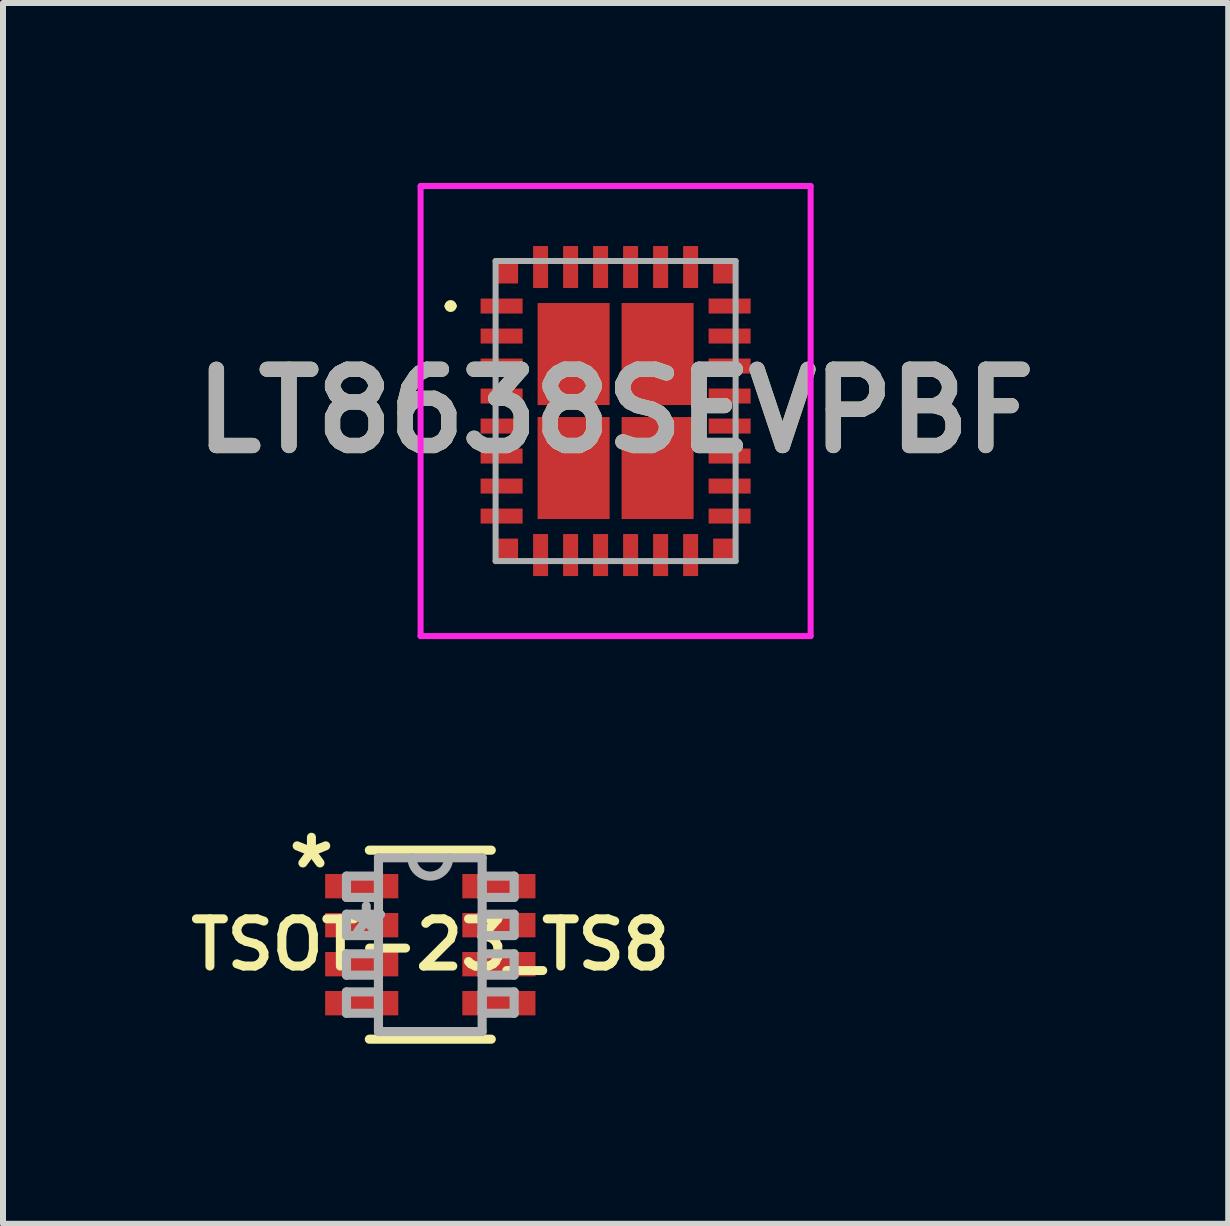
<source format=kicad_pcb>
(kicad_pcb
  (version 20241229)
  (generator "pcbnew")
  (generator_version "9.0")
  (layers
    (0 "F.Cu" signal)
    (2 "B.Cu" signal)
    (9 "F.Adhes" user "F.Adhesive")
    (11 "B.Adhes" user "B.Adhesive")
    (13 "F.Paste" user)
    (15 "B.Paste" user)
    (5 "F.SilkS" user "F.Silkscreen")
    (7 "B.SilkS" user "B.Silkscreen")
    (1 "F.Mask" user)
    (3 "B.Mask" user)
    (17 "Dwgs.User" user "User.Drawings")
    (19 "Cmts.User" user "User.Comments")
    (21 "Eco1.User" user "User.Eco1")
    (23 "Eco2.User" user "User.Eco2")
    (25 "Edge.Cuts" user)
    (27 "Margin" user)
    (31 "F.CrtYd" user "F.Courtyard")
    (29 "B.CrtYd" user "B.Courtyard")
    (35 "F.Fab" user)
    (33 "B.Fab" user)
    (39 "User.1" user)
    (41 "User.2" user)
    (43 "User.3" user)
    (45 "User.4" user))
  (footprint "TSOT-23_TS8"
    (layer "F.Cu")
    (at 4.121 12.693)
    (property "Reference" "TSOT-23_TS8" (at 0 0 0) (layer "F.SilkS") (effects (font (size 0.787 0.787) (thickness 0.15))))
    (attr smd)
    (fp_line (start -1.016 1.575) (end 1.016 1.575) (stroke (width 0.152) (type solid)) (layer "F.SilkS"))
    (fp_line (start 1.016 -1.575) (end -1.016 -1.575) (stroke (width 0.152) (type solid)) (layer "F.SilkS"))
    (fp_line (start -1.397 -1.143) (end -1.397 -0.787) (stroke (width 0.152) (type solid)) (layer "F.Fab"))
    (fp_line (start -1.397 -0.787) (end -0.864 -0.787) (stroke (width 0.152) (type solid)) (layer "F.Fab"))
    (fp_line (start -1.397 -0.508) (end -1.397 -0.152) (stroke (width 0.152) (type solid)) (layer "F.Fab"))
    (fp_line (start -1.397 -0.152) (end -0.864 -0.152) (stroke (width 0.152) (type solid)) (layer "F.Fab"))
    (fp_line (start -1.397 0.152) (end -1.397 0.508) (stroke (width 0.152) (type solid)) (layer "F.Fab"))
    (fp_line (start -1.397 0.508) (end -0.864 0.508) (stroke (width 0.152) (type solid)) (layer "F.Fab"))
    (fp_line (start -1.397 0.787) (end -1.397 1.143) (stroke (width 0.152) (type solid)) (layer "F.Fab"))
    (fp_line (start -1.397 1.143) (end -0.864 1.143) (stroke (width 0.152) (type solid)) (layer "F.Fab"))
    (fp_line (start -0.864 -1.448) (end -0.864 1.448) (stroke (width 0.152) (type solid)) (layer "F.Fab"))
    (fp_line (start -0.864 -1.143) (end -1.397 -1.143) (stroke (width 0.152) (type solid)) (layer "F.Fab"))
    (fp_line (start -0.864 -0.787) (end -0.864 -1.143) (stroke (width 0.152) (type solid)) (layer "F.Fab"))
    (fp_line (start -0.864 -0.508) (end -1.397 -0.508) (stroke (width 0.152) (type solid)) (layer "F.Fab"))
    (fp_line (start -0.864 -0.152) (end -0.864 -0.508) (stroke (width 0.152) (type solid)) (layer "F.Fab"))
    (fp_line (start -0.864 0.152) (end -1.397 0.152) (stroke (width 0.152) (type solid)) (layer "F.Fab"))
    (fp_line (start -0.864 0.508) (end -0.864 0.152) (stroke (width 0.152) (type solid)) (layer "F.Fab"))
    (fp_line (start -0.864 0.787) (end -1.397 0.787) (stroke (width 0.152) (type solid)) (layer "F.Fab"))
    (fp_line (start -0.864 1.143) (end -0.864 0.787) (stroke (width 0.152) (type solid)) (layer "F.Fab"))
    (fp_line (start -0.864 1.448) (end 0.864 1.448) (stroke (width 0.152) (type solid)) (layer "F.Fab"))
    (fp_line (start -0.305 -1.448) (end -0.864 -1.448) (stroke (width 0.152) (type solid)) (layer "F.Fab"))
    (fp_line (start 0.305 -1.448) (end -0.305 -1.448) (stroke (width 0.152) (type solid)) (layer "F.Fab"))
    (fp_line (start 0.864 -1.448) (end 0.305 -1.448) (stroke (width 0.152) (type solid)) (layer "F.Fab"))
    (fp_line (start 0.864 -1.143) (end 0.864 -0.787) (stroke (width 0.152) (type solid)) (layer "F.Fab"))
    (fp_line (start 0.864 -0.787) (end 1.397 -0.787) (stroke (width 0.152) (type solid)) (layer "F.Fab"))
    (fp_line (start 0.864 -0.508) (end 0.864 -0.152) (stroke (width 0.152) (type solid)) (layer "F.Fab"))
    (fp_line (start 0.864 -0.152) (end 1.397 -0.152) (stroke (width 0.152) (type solid)) (layer "F.Fab"))
    (fp_line (start 0.864 0.152) (end 0.864 0.508) (stroke (width 0.152) (type solid)) (layer "F.Fab"))
    (fp_line (start 0.864 0.508) (end 1.397 0.508) (stroke (width 0.152) (type solid)) (layer "F.Fab"))
    (fp_line (start 0.864 0.787) (end 0.864 1.143) (stroke (width 0.152) (type solid)) (layer "F.Fab"))
    (fp_line (start 0.864 1.143) (end 1.397 1.143) (stroke (width 0.152) (type solid)) (layer "F.Fab"))
    (fp_line (start 0.864 1.448) (end 0.864 -1.448) (stroke (width 0.152) (type solid)) (layer "F.Fab"))
    (fp_line (start 1.397 -1.143) (end 0.864 -1.143) (stroke (width 0.152) (type solid)) (layer "F.Fab"))
    (fp_line (start 1.397 -0.787) (end 1.397 -1.143) (stroke (width 0.152) (type solid)) (layer "F.Fab"))
    (fp_line (start 1.397 -0.508) (end 0.864 -0.508) (stroke (width 0.152) (type solid)) (layer "F.Fab"))
    (fp_line (start 1.397 -0.152) (end 1.397 -0.508) (stroke (width 0.152) (type solid)) (layer "F.Fab"))
    (fp_line (start 1.397 0.152) (end 0.864 0.152) (stroke (width 0.152) (type solid)) (layer "F.Fab"))
    (fp_line (start 1.397 0.508) (end 1.397 0.152) (stroke (width 0.152) (type solid)) (layer "F.Fab"))
    (fp_line (start 1.397 0.787) (end 0.864 0.787) (stroke (width 0.152) (type solid)) (layer "F.Fab"))
    (fp_line (start 1.397 1.143) (end 1.397 0.787) (stroke (width 0.152) (type solid)) (layer "F.Fab"))
    (fp_arc (start 0.3048 -1.4478) (mid 0 -1.143) (end -0.3048 -1.4478) (stroke (width 0.1524) (type solid)) (layer "F.Fab"))
    (fp_text user "*" (at -1.981 -1.245 0) (layer "F.SilkS") (effects (font (size 1 1) (thickness 0.15))))
    (fp_text user "*" (at -1.067 -0.102 0) (layer "F.Fab") (effects (font (size 1 1) (thickness 0.15))))
    (pad "1" smd rect (at -1.143 -0.975) (size 1.219 0.406) (layers "F.Cu" "F.Mask" "F.Paste"))
    (pad "2" smd rect (at -1.143 -0.325) (size 1.219 0.406) (layers "F.Cu" "F.Mask" "F.Paste"))
    (pad "3" smd rect (at -1.143 0.325) (size 1.219 0.406) (layers "F.Cu" "F.Mask" "F.Paste"))
    (pad "4" smd rect (at -1.143 0.975) (size 1.219 0.406) (layers "F.Cu" "F.Mask" "F.Paste"))
    (pad "5" smd rect (at 1.143 0.975) (size 1.219 0.406) (layers "F.Cu" "F.Mask" "F.Paste"))
    (pad "6" smd rect (at 1.143 0.325) (size 1.219 0.406) (layers "F.Cu" "F.Mask" "F.Paste"))
    (pad "7" smd rect (at 1.143 -0.325) (size 1.219 0.406) (layers "F.Cu" "F.Mask" "F.Paste"))
    (pad "8" smd rect (at 1.143 -0.975) (size 1.219 0.406) (layers "F.Cu" "F.Mask" "F.Paste")))
  (footprint "LT8638SEVPBF"
    (layer "F.Cu")
    (at 7.209 3.8)
    (property "Reference" "LT8638SEVPBF" (at 0 0 0) (layer "F.SilkS") (effects (font (size 1.27 1.27) (thickness 0.254))))
    (attr smd)
    (fp_line (start -2.8 -1.75) (end -2.8 -1.75) (stroke (width 0.1) (type solid)) (layer "F.SilkS"))
    (fp_line (start -2.7 -1.75) (end -2.7 -1.75) (stroke (width 0.1) (type solid)) (layer "F.SilkS"))
    (fp_arc (start -2.8 -1.75) (mid -2.75 -1.8) (end -2.7 -1.75) (stroke (width 0.1) (type solid)) (layer "F.SilkS"))
    (fp_arc (start -2.7 -1.75) (mid -2.75 -1.7) (end -2.8 -1.75) (stroke (width 0.1) (type solid)) (layer "F.SilkS"))
    (fp_line (start -3.25 -3.75) (end 3.25 -3.75) (stroke (width 0.1) (type solid)) (layer "F.CrtYd"))
    (fp_line (start -3.25 3.75) (end -3.25 -3.75) (stroke (width 0.1) (type solid)) (layer "F.CrtYd"))
    (fp_line (start 3.25 -3.75) (end 3.25 3.75) (stroke (width 0.1) (type solid)) (layer "F.CrtYd"))
    (fp_line (start 3.25 3.75) (end -3.25 3.75) (stroke (width 0.1) (type solid)) (layer "F.CrtYd"))
    (fp_line (start -2 -2.5) (end -2 2.5) (stroke (width 0.1) (type solid)) (layer "F.Fab"))
    (fp_line (start -2 2.5) (end 2 2.5) (stroke (width 0.1) (type solid)) (layer "F.Fab"))
    (fp_line (start 2 -2.5) (end -2 -2.5) (stroke (width 0.1) (type solid)) (layer "F.Fab"))
    (fp_line (start 2 2.5) (end 2 -2.5) (stroke (width 0.1) (type solid)) (layer "F.Fab"))
    (fp_text user "${REFERENCE}" (at 0 0 0) (layer "F.Fab") (effects (font (size 1.27 1.27) (thickness 0.254))))
    (pad "1" smd rect (at -1.9 -1.75 90) (size 0.25 0.7) (layers "F.Cu" "F.Mask" "F.Paste"))
    (pad "2" smd rect (at -1.9 -1.25 90) (size 0.25 0.7) (layers "F.Cu" "F.Mask" "F.Paste"))
    (pad "3" smd rect (at -1.9 -0.75 90) (size 0.25 0.7) (layers "F.Cu" "F.Mask" "F.Paste"))
    (pad "4" smd rect (at -1.9 -0.25 90) (size 0.25 0.7) (layers "F.Cu" "F.Mask" "F.Paste"))
    (pad "5" smd rect (at -1.9 0.25 90) (size 0.25 0.7) (layers "F.Cu" "F.Mask" "F.Paste"))
    (pad "6" smd rect (at -1.9 0.75 90) (size 0.25 0.7) (layers "F.Cu" "F.Mask" "F.Paste"))
    (pad "7" smd rect (at -1.9 1.25 90) (size 0.25 0.7) (layers "F.Cu" "F.Mask" "F.Paste"))
    (pad "8" smd rect (at -1.9 1.75 90) (size 0.25 0.7) (layers "F.Cu" "F.Mask" "F.Paste"))
    (pad "9" smd rect (at -1.25 2.4) (size 0.25 0.7) (layers "F.Cu" "F.Mask" "F.Paste"))
    (pad "10" smd rect (at -0.75 2.4) (size 0.25 0.7) (layers "F.Cu" "F.Mask" "F.Paste"))
    (pad "11" smd rect (at -0.25 2.4) (size 0.25 0.7) (layers "F.Cu" "F.Mask" "F.Paste"))
    (pad "12" smd rect (at 0.25 2.4) (size 0.25 0.7) (layers "F.Cu" "F.Mask" "F.Paste"))
    (pad "13" smd rect (at 0.75 2.4) (size 0.25 0.7) (layers "F.Cu" "F.Mask" "F.Paste"))
    (pad "14" smd rect (at 1.25 2.4) (size 0.25 0.7) (layers "F.Cu" "F.Mask" "F.Paste"))
    (pad "15" smd rect (at 1.9 1.75 90) (size 0.25 0.7) (layers "F.Cu" "F.Mask" "F.Paste"))
    (pad "16" smd rect (at 1.9 1.25 90) (size 0.25 0.7) (layers "F.Cu" "F.Mask" "F.Paste"))
    (pad "17" smd rect (at 1.9 0.75 90) (size 0.25 0.7) (layers "F.Cu" "F.Mask" "F.Paste"))
    (pad "18" smd rect (at 1.9 0.25 90) (size 0.25 0.7) (layers "F.Cu" "F.Mask" "F.Paste"))
    (pad "19" smd rect (at 1.9 -0.25 90) (size 0.25 0.7) (layers "F.Cu" "F.Mask" "F.Paste"))
    (pad "20" smd rect (at 1.9 -0.75 90) (size 0.25 0.7) (layers "F.Cu" "F.Mask" "F.Paste"))
    (pad "21" smd rect (at 1.9 -1.25 90) (size 0.25 0.7) (layers "F.Cu" "F.Mask" "F.Paste"))
    (pad "22" smd rect (at 1.9 -1.75 90) (size 0.25 0.7) (layers "F.Cu" "F.Mask" "F.Paste"))
    (pad "23" smd rect (at 1.25 -2.4) (size 0.25 0.7) (layers "F.Cu" "F.Mask" "F.Paste"))
    (pad "24" smd rect (at 0.75 -2.4) (size 0.25 0.7) (layers "F.Cu" "F.Mask" "F.Paste"))
    (pad "25" smd rect (at 0.25 -2.4) (size 0.25 0.7) (layers "F.Cu" "F.Mask" "F.Paste"))
    (pad "26" smd rect (at -0.25 -2.4) (size 0.25 0.7) (layers "F.Cu" "F.Mask" "F.Paste"))
    (pad "27" smd rect (at -0.75 -2.4) (size 0.25 0.7) (layers "F.Cu" "F.Mask" "F.Paste"))
    (pad "28" smd rect (at -1.25 -2.4) (size 0.25 0.7) (layers "F.Cu" "F.Mask" "F.Paste"))
    (pad "29" smd rect (at -0.7 -0.95) (size 1.2 1.7) (layers "F.Cu" "F.Mask" "F.Paste"))
    (pad "30" smd rect (at 0.7 -0.95) (size 1.2 1.7) (layers "F.Cu" "F.Mask" "F.Paste"))
    (pad "31" smd rect (at -0.7 0.95) (size 1.2 1.7) (layers "F.Cu" "F.Mask" "F.Paste"))
    (pad "32" smd rect (at 0.7 0.95) (size 1.2 1.7) (layers "F.Cu" "F.Mask" "F.Paste"))
    (pad "33" smd rect (at -1.813 -2.313 90) (size 0.375 0.375) (layers "F.Cu" "F.Mask" "F.Paste"))
    (pad "34" smd rect (at -1.813 2.313 90) (size 0.375 0.375) (layers "F.Cu" "F.Mask" "F.Paste"))
    (pad "35" smd rect (at 1.813 2.313 90) (size 0.375 0.375) (layers "F.Cu" "F.Mask" "F.Paste"))
    (pad "36" smd rect (at 1.813 -2.313 90) (size 0.375 0.375) (layers "F.Cu" "F.Mask" "F.Paste")))
  (gr_rect
    (start -3 -3)
    (end 17.418 17.344)
    (stroke (width 0.1) (type default))
    (fill no)
    (layer "Edge.Cuts")))
</source>
